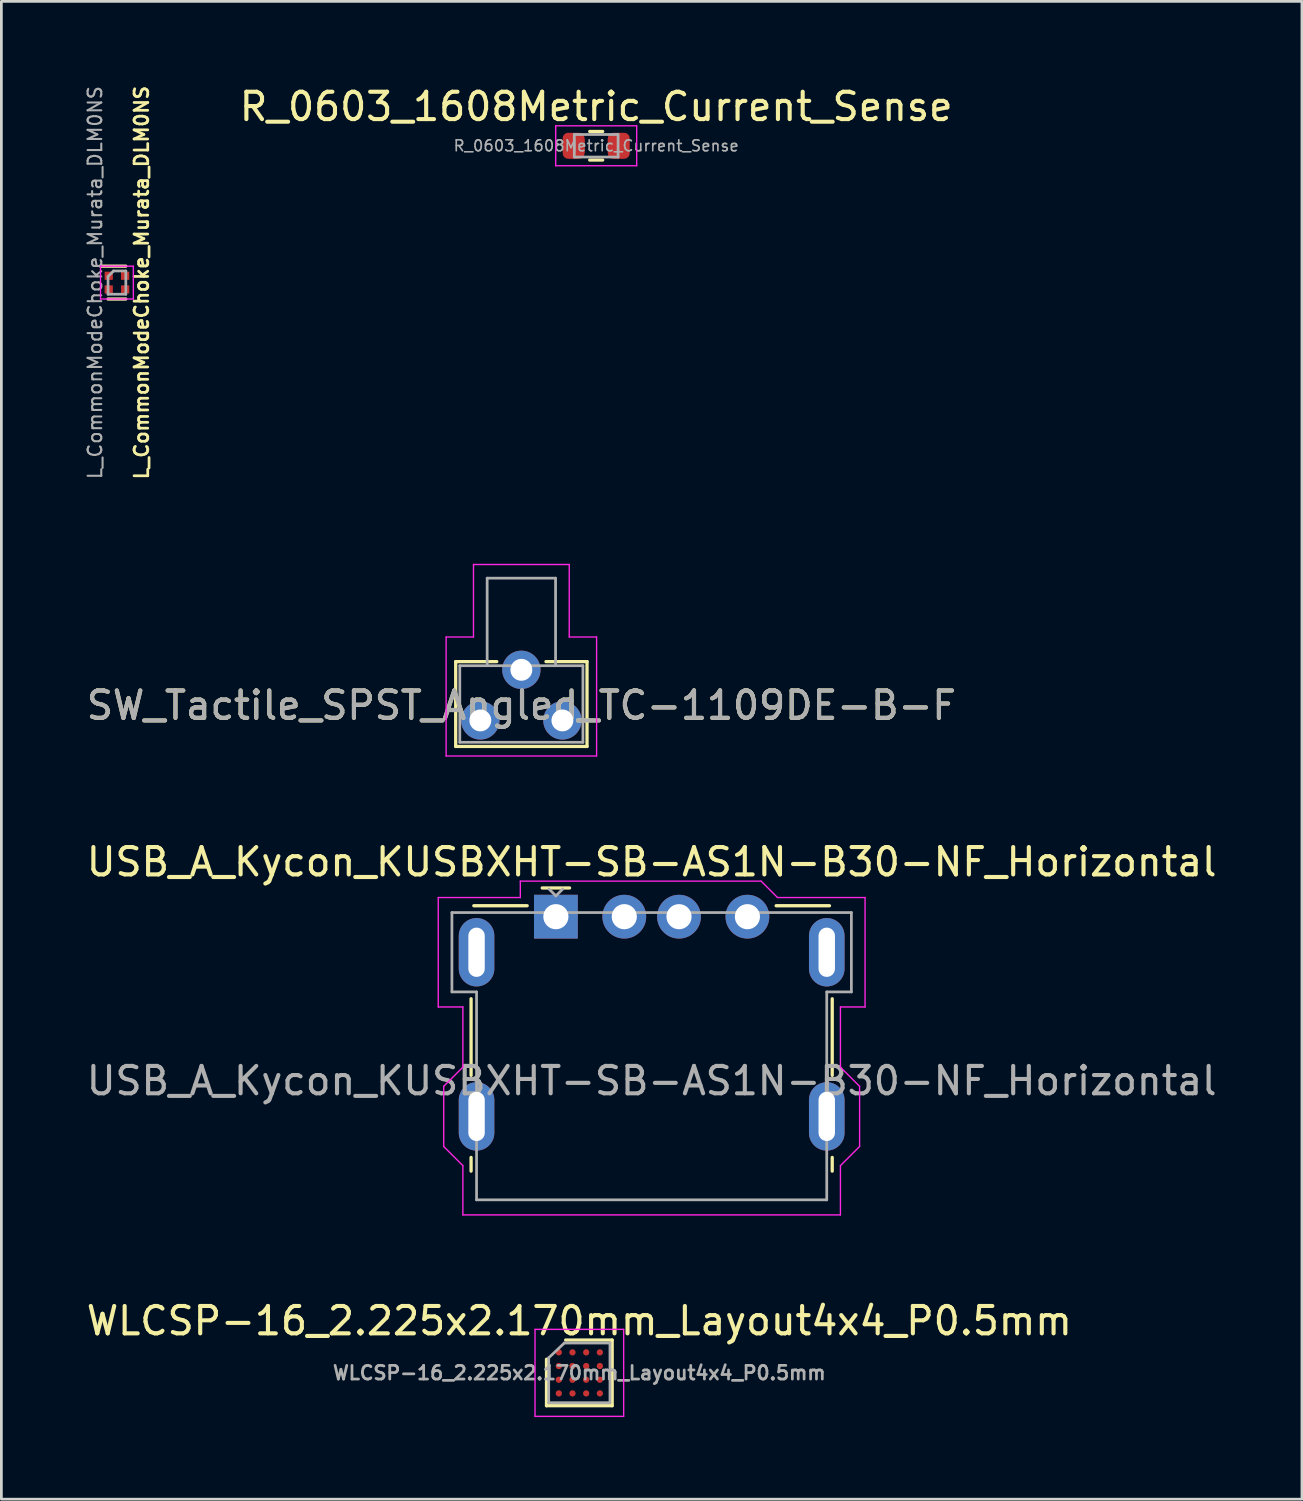
<source format=kicad_pcb>
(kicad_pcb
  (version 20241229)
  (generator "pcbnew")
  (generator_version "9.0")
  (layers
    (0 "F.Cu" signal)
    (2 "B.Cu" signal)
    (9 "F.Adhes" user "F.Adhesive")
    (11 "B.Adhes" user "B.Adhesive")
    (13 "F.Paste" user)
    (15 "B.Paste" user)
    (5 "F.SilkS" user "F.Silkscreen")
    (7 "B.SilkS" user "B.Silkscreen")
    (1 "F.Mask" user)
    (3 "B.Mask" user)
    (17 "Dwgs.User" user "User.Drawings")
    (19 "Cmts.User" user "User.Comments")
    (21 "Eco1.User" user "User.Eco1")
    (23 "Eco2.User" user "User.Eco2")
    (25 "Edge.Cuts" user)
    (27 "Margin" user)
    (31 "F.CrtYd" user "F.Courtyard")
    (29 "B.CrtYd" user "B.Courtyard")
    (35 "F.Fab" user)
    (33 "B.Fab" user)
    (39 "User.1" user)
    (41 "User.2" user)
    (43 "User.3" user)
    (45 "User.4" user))
  (footprint "L_CommonModeChoke_Murata_DLM0NS"
    (layer "F.Cu")
    (at 1.224 7.279)
    (property "Reference" "L_CommonModeChoke_Murata_DLM0NS" (at 0.9 0 90) (layer "F.SilkS") (effects (font (size 0.5 0.5) (thickness 0.1))))
    (attr smd)
    (fp_line (start 0.325 -0.6) (end -0.6 -0.6) (stroke (width 0.12) (type solid)) (layer "F.SilkS"))
    (fp_line (start 0.325 0.6) (end -0.325 0.6) (stroke (width 0.12) (type solid)) (layer "F.SilkS"))
    (fp_line (start -0.6 -0.6) (end 0.6 -0.6) (stroke (width 0.05) (type solid)) (layer "F.CrtYd"))
    (fp_line (start -0.6 0.6) (end -0.6 -0.6) (stroke (width 0.05) (type solid)) (layer "F.CrtYd"))
    (fp_line (start -0.6 0.6) (end 0.6 0.6) (stroke (width 0.05) (type solid)) (layer "F.CrtYd"))
    (fp_line (start 0.6 0.6) (end 0.6 -0.6) (stroke (width 0.05) (type solid)) (layer "F.CrtYd"))
    (fp_line (start -0.325 -0.225) (end -0.325 0.425) (stroke (width 0.1) (type solid)) (layer "F.Fab"))
    (fp_line (start -0.325 -0.225) (end -0.125 -0.425) (stroke (width 0.1) (type solid)) (layer "F.Fab"))
    (fp_line (start 0.325 -0.425) (end -0.125 -0.425) (stroke (width 0.1) (type solid)) (layer "F.Fab"))
    (fp_line (start 0.325 -0.425) (end 0.325 0.425) (stroke (width 0.1) (type solid)) (layer "F.Fab"))
    (fp_line (start 0.325 0.425) (end -0.325 0.425) (stroke (width 0.1) (type solid)) (layer "F.Fab"))
    (fp_text user "${REFERENCE}" (at -0.8 0 90) (layer "F.Fab") (effects (font (size 0.5 0.5) (thickness 0.075))))
    (pad "1" smd roundrect (at -0.3 -0.25) (size 0.3 0.3) (layers "F.Cu" "F.Mask" "F.Paste") (roundrect_rratio 0.05))
    (pad "2" smd roundrect (at 0.3 -0.25) (size 0.3 0.3) (layers "F.Cu" "F.Mask" "F.Paste") (roundrect_rratio 0.05))
    (pad "3" smd roundrect (at -0.3 0.25) (size 0.3 0.3) (layers "F.Cu" "F.Mask" "F.Paste") (roundrect_rratio 0.05))
    (pad "4" smd roundrect (at 0.3 0.25) (size 0.3 0.3) (layers "F.Cu" "F.Mask" "F.Paste") (roundrect_rratio 0.05)))
  (footprint "USB_A_Kycon_KUSBXHT-SB-AS1N-B30-NF_Horizontal"
    (layer "F.Cu")
    (at 17.268 30.455)
    (property "Reference" "USB_A_Kycon_KUSBXHT-SB-AS1N-B30-NF_Horizontal" (at 3.5 -2 0) (layer "F.SilkS") (effects (font (size 1 1) (thickness 0.15))))
    (attr through_hole)
    (fp_line (start -3.1 3) (end -3.1 5.8) (stroke (width 0.12) (type solid)) (layer "F.SilkS"))
    (fp_line (start -3.1 8.8) (end -3.1 9.3) (stroke (width 0.12) (type solid)) (layer "F.SilkS"))
    (fp_line (start -3 -0.4) (end -1.05 -0.4) (stroke (width 0.12) (type solid)) (layer "F.SilkS"))
    (fp_line (start -0.5 -1.05) (end 0.5 -1.05) (stroke (width 0.12) (type solid)) (layer "F.SilkS"))
    (fp_line (start 10 -0.4) (end 8.05 -0.4) (stroke (width 0.12) (type solid)) (layer "F.SilkS"))
    (fp_line (start 10.1 3) (end 10.1 5.8) (stroke (width 0.12) (type solid)) (layer "F.SilkS"))
    (fp_line (start 10.1 9.3) (end 10.1 8.8) (stroke (width 0.12) (type solid)) (layer "F.SilkS"))
    (fp_line (start -4.3 -0.7) (end -1.3 -0.7) (stroke (width 0.05) (type solid)) (layer "F.CrtYd"))
    (fp_line (start -4.3 3.3) (end -4.3 -0.7) (stroke (width 0.05) (type solid)) (layer "F.CrtYd"))
    (fp_line (start -4.1 6.2) (end -4.1 8.4) (stroke (width 0.05) (type solid)) (layer "F.CrtYd"))
    (fp_line (start -3.4 3.3) (end -4.3 3.3) (stroke (width 0.05) (type solid)) (layer "F.CrtYd"))
    (fp_line (start -3.4 5.5) (end -4.1 6.2) (stroke (width 0.05) (type solid)) (layer "F.CrtYd"))
    (fp_line (start -3.4 5.5) (end -3.4 3.3) (stroke (width 0.05) (type solid)) (layer "F.CrtYd"))
    (fp_line (start -3.4 9.1) (end -4.1 8.4) (stroke (width 0.05) (type solid)) (layer "F.CrtYd"))
    (fp_line (start -3.4 9.1) (end -3.4 10.9) (stroke (width 0.05) (type solid)) (layer "F.CrtYd"))
    (fp_line (start -1.3 -1.3) (end -1.3 -0.7) (stroke (width 0.05) (type solid)) (layer "F.CrtYd"))
    (fp_line (start -1.3 -1.3) (end 7.5 -1.3) (stroke (width 0.05) (type solid)) (layer "F.CrtYd"))
    (fp_line (start 7.5 -1.3) (end 8.1 -0.7) (stroke (width 0.05) (type solid)) (layer "F.CrtYd"))
    (fp_line (start 10.4 3.3) (end 10.4 5.5) (stroke (width 0.05) (type solid)) (layer "F.CrtYd"))
    (fp_line (start 10.4 5.5) (end 11.1 6.2) (stroke (width 0.05) (type solid)) (layer "F.CrtYd"))
    (fp_line (start 10.4 9.1) (end 10.4 10.9) (stroke (width 0.05) (type solid)) (layer "F.CrtYd"))
    (fp_line (start 10.4 9.1) (end 11.1 8.4) (stroke (width 0.05) (type solid)) (layer "F.CrtYd"))
    (fp_line (start 10.4 10.9) (end -3.4 10.9) (stroke (width 0.05) (type solid)) (layer "F.CrtYd"))
    (fp_line (start 11.1 6.2) (end 11.1 8.4) (stroke (width 0.05) (type solid)) (layer "F.CrtYd"))
    (fp_line (start 11.3 -0.7) (end 8.1 -0.7) (stroke (width 0.05) (type solid)) (layer "F.CrtYd"))
    (fp_line (start 11.3 -0.7) (end 11.3 3.3) (stroke (width 0.05) (type solid)) (layer "F.CrtYd"))
    (fp_line (start 11.3 3.3) (end 10.4 3.3) (stroke (width 0.05) (type solid)) (layer "F.CrtYd"))
    (fp_line (start -3.8 -0.15) (end -3.8 2.75) (stroke (width 0.1) (type solid)) (layer "F.Fab"))
    (fp_line (start -3.8 -0.15) (end 10.8 -0.15) (stroke (width 0.1) (type solid)) (layer "F.Fab"))
    (fp_line (start -3.8 2.75) (end -2.9 2.75) (stroke (width 0.1) (type solid)) (layer "F.Fab"))
    (fp_line (start -2.9 10.35) (end -2.9 2.75) (stroke (width 0.1) (type solid)) (layer "F.Fab"))
    (fp_line (start -2.9 10.35) (end 9.9 10.35) (stroke (width 0.1) (type solid)) (layer "F.Fab"))
    (fp_line (start -0.25 -1.01) (end 0 -0.76) (stroke (width 0.1) (type solid)) (layer "F.Fab"))
    (fp_line (start 0 -0.76) (end 0.25 -1.01) (stroke (width 0.1) (type solid)) (layer "F.Fab"))
    (fp_line (start 9.9 10.35) (end 9.9 2.75) (stroke (width 0.1) (type solid)) (layer "F.Fab"))
    (fp_line (start 10.8 -0.15) (end 10.8 2.75) (stroke (width 0.1) (type solid)) (layer "F.Fab"))
    (fp_line (start 10.8 2.75) (end 9.9 2.75) (stroke (width 0.1) (type solid)) (layer "F.Fab"))
    (fp_text user "${REFERENCE}" (at 3.5 6 0) (layer "F.Fab") (effects (font (size 1 1) (thickness 0.15))))
    (pad "1" thru_hole rect (at 0 0) (size 1.6 1.6) (drill 0.92) (layers "*.Cu" "*.Mask"))
    (pad "2" thru_hole circle (at 2.5 0) (size 1.6 1.6) (drill 0.92) (layers "*.Cu" "*.Mask"))
    (pad "3" thru_hole circle (at 4.5 0) (size 1.6 1.6) (drill 0.92) (layers "*.Cu" "*.Mask"))
    (pad "4" thru_hole circle (at 7 0) (size 1.6 1.6) (drill 0.92) (layers "*.Cu" "*.Mask"))
    (pad "5" thru_hole oval (at -2.9 1.3) (size 1.3 2.5) (drill oval 0.6 1.8) (layers "*.Cu" "*.Mask"))
    (pad "5" thru_hole oval (at -2.9 7.3) (size 1.3 2.5) (drill oval 0.6 1.8) (layers "*.Cu" "*.Mask"))
    (pad "5" thru_hole oval (at 9.9 1.3) (size 1.3 2.5) (drill oval 0.6 1.8) (layers "*.Cu" "*.Mask"))
    (pad "5" thru_hole oval (at 9.9 7.3) (size 1.3 2.5) (drill oval 0.6 1.8) (layers "*.Cu" "*.Mask")))
  (footprint "WLCSP-16_2.225x2.170mm_Layout4x4_P0.5mm"
    (layer "F.Cu")
    (at 18.125 47.129)
    (property "Reference" "WLCSP-16_2.225x2.170mm_Layout4x4_P0.5mm" (at 0 -1.9 0) (layer "F.SilkS") (effects (font (size 1 1) (thickness 0.15))))
    (attr smd)
    (fp_line (start -1.2 1.2) (end -1.2 -0.5) (stroke (width 0.12) (type solid)) (layer "F.SilkS"))
    (fp_line (start -0.5 -1.2) (end 1.2 -1.2) (stroke (width 0.12) (type solid)) (layer "F.SilkS"))
    (fp_line (start 1.2 -1.2) (end 1.2 1.2) (stroke (width 0.12) (type solid)) (layer "F.SilkS"))
    (fp_line (start 1.2 1.2) (end -1.2 1.2) (stroke (width 0.12) (type solid)) (layer "F.SilkS"))
    (fp_line (start -1.62 -1.59) (end -1.62 1.59) (stroke (width 0.05) (type solid)) (layer "F.CrtYd"))
    (fp_line (start -1.62 -1.59) (end 1.62 -1.59) (stroke (width 0.05) (type solid)) (layer "F.CrtYd"))
    (fp_line (start 1.62 1.59) (end -1.62 1.59) (stroke (width 0.05) (type solid)) (layer "F.CrtYd"))
    (fp_line (start 1.62 1.59) (end 1.62 -1.59) (stroke (width 0.05) (type solid)) (layer "F.CrtYd"))
    (fp_line (start -1.12 -0.55) (end -0.55 -1.09) (stroke (width 0.1) (type solid)) (layer "F.Fab"))
    (fp_line (start -1.12 1.09) (end -1.12 -0.55) (stroke (width 0.1) (type solid)) (layer "F.Fab"))
    (fp_line (start -0.55 -1.09) (end 1.12 -1.09) (stroke (width 0.1) (type solid)) (layer "F.Fab"))
    (fp_line (start 1.12 -1.09) (end 1.12 1.09) (stroke (width 0.1) (type solid)) (layer "F.Fab"))
    (fp_line (start 1.12 1.09) (end -1.12 1.09) (stroke (width 0.1) (type solid)) (layer "F.Fab"))
    (fp_text user "${REFERENCE}" (at 0 0 0) (layer "F.Fab") (effects (font (size 0.5 0.5) (thickness 0.1))))
    (pad "A1" smd circle (at -0.75 -0.75) (size 0.23 0.23) (layers "F.Cu" "F.Mask" "F.Paste"))
    (pad "A2" smd circle (at -0.25 -0.75) (size 0.23 0.23) (layers "F.Cu" "F.Mask" "F.Paste"))
    (pad "A3" smd circle (at 0.25 -0.75) (size 0.23 0.23) (layers "F.Cu" "F.Mask" "F.Paste"))
    (pad "A4" smd circle (at 0.75 -0.75) (size 0.23 0.23) (layers "F.Cu" "F.Mask" "F.Paste"))
    (pad "B1" smd circle (at -0.75 -0.25) (size 0.23 0.23) (layers "F.Cu" "F.Mask" "F.Paste"))
    (pad "B2" smd circle (at -0.25 -0.25) (size 0.23 0.23) (layers "F.Cu" "F.Mask" "F.Paste"))
    (pad "B3" smd circle (at 0.25 -0.25) (size 0.23 0.23) (layers "F.Cu" "F.Mask" "F.Paste"))
    (pad "B4" smd circle (at 0.75 -0.25) (size 0.23 0.23) (layers "F.Cu" "F.Mask" "F.Paste"))
    (pad "C1" smd circle (at -0.75 0.25) (size 0.23 0.23) (layers "F.Cu" "F.Mask" "F.Paste"))
    (pad "C2" smd circle (at -0.25 0.25) (size 0.23 0.23) (layers "F.Cu" "F.Mask" "F.Paste"))
    (pad "C3" smd circle (at 0.25 0.25) (size 0.23 0.23) (layers "F.Cu" "F.Mask" "F.Paste"))
    (pad "C4" smd circle (at 0.75 0.25) (size 0.23 0.23) (layers "F.Cu" "F.Mask" "F.Paste"))
    (pad "D1" smd circle (at -0.75 0.75) (size 0.23 0.23) (layers "F.Cu" "F.Mask" "F.Paste"))
    (pad "D2" smd circle (at -0.25 0.75) (size 0.23 0.23) (layers "F.Cu" "F.Mask" "F.Paste"))
    (pad "D3" smd circle (at 0.25 0.75) (size 0.23 0.23) (layers "F.Cu" "F.Mask" "F.Paste"))
    (pad "D4" smd circle (at 0.75 0.75) (size 0.23 0.23) (layers "F.Cu" "F.Mask" "F.Paste")))
  (footprint "R_0603_1608Metric_Current_Sense"
    (layer "F.Cu")
    (at 18.741 2.278)
    (property "Reference" "R_0603_1608Metric_Current_Sense" (at 0 -1.43 0) (layer "F.SilkS") (effects (font (size 1 1) (thickness 0.15))))
    (attr smd)
    (fp_line (start -0.237 -0.522) (end 0.237 -0.522) (stroke (width 0.12) (type solid)) (layer "F.SilkS"))
    (fp_line (start -0.237 0.522) (end 0.237 0.522) (stroke (width 0.12) (type solid)) (layer "F.SilkS"))
    (fp_line (start -1.48 -0.73) (end 1.48 -0.73) (stroke (width 0.05) (type solid)) (layer "F.CrtYd"))
    (fp_line (start -1.48 0.73) (end -1.48 -0.73) (stroke (width 0.05) (type solid)) (layer "F.CrtYd"))
    (fp_line (start 1.48 -0.73) (end 1.48 0.73) (stroke (width 0.05) (type solid)) (layer "F.CrtYd"))
    (fp_line (start 1.48 0.73) (end -1.48 0.73) (stroke (width 0.05) (type solid)) (layer "F.CrtYd"))
    (fp_line (start -0.8 -0.412) (end 0.8 -0.412) (stroke (width 0.1) (type solid)) (layer "F.Fab"))
    (fp_line (start -0.8 0.412) (end -0.8 -0.412) (stroke (width 0.1) (type solid)) (layer "F.Fab"))
    (fp_line (start 0.8 -0.412) (end 0.8 0.412) (stroke (width 0.1) (type solid)) (layer "F.Fab"))
    (fp_line (start 0.8 0.412) (end -0.8 0.412) (stroke (width 0.1) (type solid)) (layer "F.Fab"))
    (fp_text user "${REFERENCE}" (at 0 0 0) (layer "F.Fab") (effects (font (size 0.4 0.4) (thickness 0.06))))
    (pad "1" smd roundrect (at -0.825 0) (size 0.8 0.95) (layers "F.Cu" "F.Mask" "F.Paste") (roundrect_rratio 0.25))
    (pad "2" smd rect (at -0.5 0) (size 0.15 0.5) (layers "F.Cu"))
    (pad "3" smd rect (at 0.5 0) (size 0.15 0.5) (layers "F.Cu"))
    (pad "4" smd roundrect (at 0.825 0) (size 0.8 0.95) (layers "F.Cu" "F.Mask" "F.Paste") (roundrect_rratio 0.25)))
  (footprint "SW_Tactile_SPST_Angled_TC-1109DE-B-F"
    (layer "F.Cu")
    (at 17.506 23.282)
    (property "Reference" "SW_Tactile_SPST_Angled_TC-1109DE-B-F" (at -1.5 -0.55 0) (layer "F.SilkS") (effects (font (size 1 1) (thickness 0.15))))
    (attr through_hole)
    (fp_line (start -3.9 -2.15) (end -2.4 -2.15) (stroke (width 0.12) (type solid)) (layer "F.SilkS"))
    (fp_line (start -3.9 0.95) (end -3.9 -2.15) (stroke (width 0.12) (type solid)) (layer "F.SilkS"))
    (fp_line (start 0.9 -2.15) (end -0.6 -2.15) (stroke (width 0.12) (type solid)) (layer "F.SilkS"))
    (fp_line (start 0.9 -2.15) (end 0.9 0.95) (stroke (width 0.12) (type solid)) (layer "F.SilkS"))
    (fp_line (start 0.9 0.95) (end -3.9 0.95) (stroke (width 0.12) (type solid)) (layer "F.SilkS"))
    (fp_line (start -4.25 -3.05) (end -4.25 1.3) (stroke (width 0.05) (type solid)) (layer "F.CrtYd"))
    (fp_line (start -4.25 1.3) (end 1.25 1.3) (stroke (width 0.05) (type solid)) (layer "F.CrtYd"))
    (fp_line (start -3.25 -5.7) (end -3.25 -3.05) (stroke (width 0.05) (type solid)) (layer "F.CrtYd"))
    (fp_line (start -3.25 -3.05) (end -4.25 -3.05) (stroke (width 0.05) (type solid)) (layer "F.CrtYd"))
    (fp_line (start 0.25 -5.7) (end -3.25 -5.7) (stroke (width 0.05) (type solid)) (layer "F.CrtYd"))
    (fp_line (start 0.25 -3.05) (end 0.25 -5.7) (stroke (width 0.05) (type solid)) (layer "F.CrtYd"))
    (fp_line (start 1.25 -3.05) (end 0.25 -3.05) (stroke (width 0.05) (type solid)) (layer "F.CrtYd"))
    (fp_line (start 1.25 1.3) (end 1.25 -3.05) (stroke (width 0.05) (type solid)) (layer "F.CrtYd"))
    (fp_line (start -3.75 -2) (end 0.75 -2) (stroke (width 0.1) (type solid)) (layer "F.Fab"))
    (fp_line (start -3.75 0.8) (end -3.75 -2) (stroke (width 0.1) (type solid)) (layer "F.Fab"))
    (fp_line (start -2.75 -2) (end -2.75 -5.2) (stroke (width 0.1) (type solid)) (layer "F.Fab"))
    (fp_line (start -0.25 -5.2) (end -2.75 -5.2) (stroke (width 0.1) (type solid)) (layer "F.Fab"))
    (fp_line (start -0.25 -2) (end -0.25 -5.2) (stroke (width 0.1) (type solid)) (layer "F.Fab"))
    (fp_line (start 0.75 -2) (end 0.75 0.8) (stroke (width 0.1) (type solid)) (layer "F.Fab"))
    (fp_line (start 0.75 0.8) (end -3.75 0.8) (stroke (width 0.1) (type solid)) (layer "F.Fab"))
    (fp_text user "${REFERENCE}" (at -1.5 -0.55 0) (layer "F.Fab") (effects (font (size 1 1) (thickness 0.15))))
    (pad "1" thru_hole circle (at 0 0) (size 1.4 1.4) (drill 0.8) (layers "*.Cu" "*.Mask"))
    (pad "2" thru_hole circle (at -3 0) (size 1.4 1.4) (drill 0.8) (layers "*.Cu" "*.Mask"))
    (pad "3" thru_hole circle (at -1.5 -1.85) (size 1.4 1.4) (drill 0.8) (layers "*.Cu" "*.Mask")))
  (gr_rect
    (start -3 -3)
    (end 44.536 51.744)
    (stroke (width 0.1) (type default))
    (fill no)
    (layer "Edge.Cuts")))
</source>
